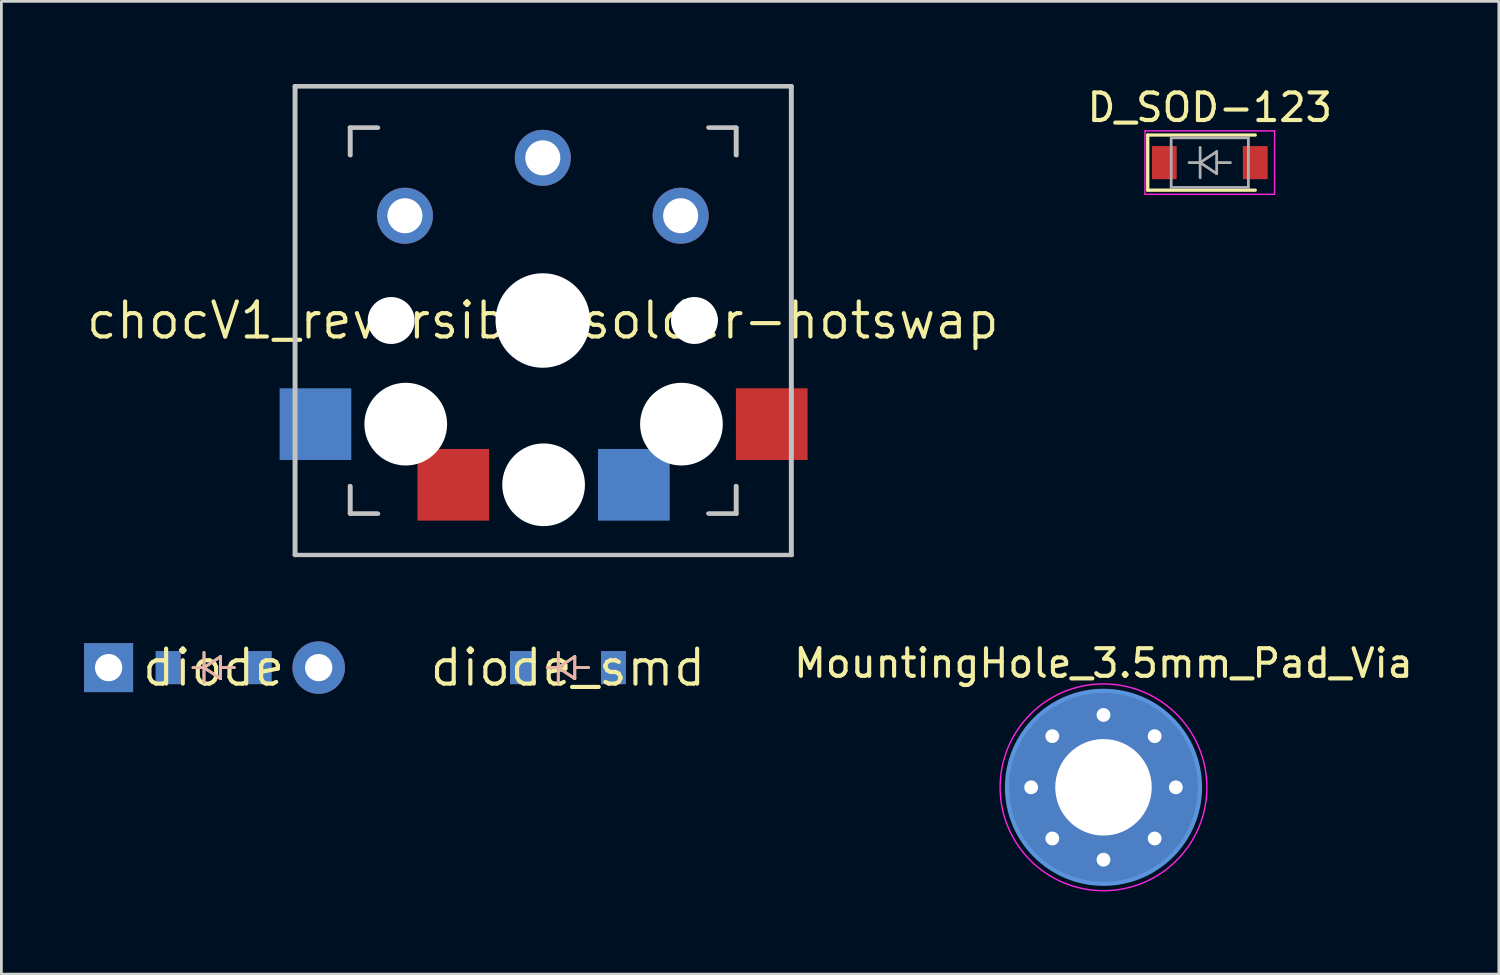
<source format=kicad_pcb>
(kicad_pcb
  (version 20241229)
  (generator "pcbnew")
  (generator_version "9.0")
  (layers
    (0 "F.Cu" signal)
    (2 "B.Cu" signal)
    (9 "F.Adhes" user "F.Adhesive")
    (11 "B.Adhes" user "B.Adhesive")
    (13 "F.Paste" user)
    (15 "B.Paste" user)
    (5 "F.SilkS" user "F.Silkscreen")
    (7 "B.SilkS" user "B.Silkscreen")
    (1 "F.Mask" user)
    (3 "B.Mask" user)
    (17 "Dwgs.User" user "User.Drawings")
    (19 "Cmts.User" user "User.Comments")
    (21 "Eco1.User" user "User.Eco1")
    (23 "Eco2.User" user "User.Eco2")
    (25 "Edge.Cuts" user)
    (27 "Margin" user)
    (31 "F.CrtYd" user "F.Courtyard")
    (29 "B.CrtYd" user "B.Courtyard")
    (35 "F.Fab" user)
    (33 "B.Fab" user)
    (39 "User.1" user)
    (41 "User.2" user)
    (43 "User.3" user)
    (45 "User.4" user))
  (footprint "MountingHole_3.5mm_Pad_Via"
    (layer "F.Cu")
    (at 36.975 25.507)
    (property "Reference" "MountingHole_3.5mm_Pad_Via" (at 0 -4.5 0) (layer "F.SilkS") (effects (font (size 1 1) (thickness 0.15))))
    (attr exclude_from_pos_files exclude_from_bom)
    (fp_circle (center 0 0) (end 3.5 0) (stroke (width 0.15) (type solid)) (fill no) (layer "Cmts.User"))
    (fp_circle (center 0 0) (end 3.75 0) (stroke (width 0.05) (type solid)) (fill no) (layer "F.CrtYd"))
    (pad "1" thru_hole circle (at -2.625 0) (size 0.8 0.8) (drill 0.5) (layers "*.Cu" "*.Mask"))
    (pad "1" thru_hole circle (at -1.856 -1.856) (size 0.8 0.8) (drill 0.5) (layers "*.Cu" "*.Mask"))
    (pad "1" thru_hole circle (at -1.856 1.856) (size 0.8 0.8) (drill 0.5) (layers "*.Cu" "*.Mask"))
    (pad "1" thru_hole circle (at 0 -2.625) (size 0.8 0.8) (drill 0.5) (layers "*.Cu" "*.Mask"))
    (pad "1" thru_hole circle (at 0 0) (size 7 7) (drill 3.5) (layers "*.Cu" "*.Mask"))
    (pad "1" thru_hole circle (at 0 2.625) (size 0.8 0.8) (drill 0.5) (layers "*.Cu" "*.Mask"))
    (pad "1" thru_hole circle (at 1.856 -1.856) (size 0.8 0.8) (drill 0.5) (layers "*.Cu" "*.Mask"))
    (pad "1" thru_hole circle (at 1.856 1.856) (size 0.8 0.8) (drill 0.5) (layers "*.Cu" "*.Mask"))
    (pad "1" thru_hole circle (at 2.625 0) (size 0.8 0.8) (drill 0.5) (layers "*.Cu" "*.Mask")))
  (footprint "D_SOD-123"
    (layer "F.Cu")
    (at 40.83 2.848)
    (property "Reference" "D_SOD-123" (at 0 -2 180) (layer "F.SilkS") (effects (font (size 1 1) (thickness 0.15))))
    (attr smd)
    (fp_line (start -2.25 -1) (end -2.25 1) (stroke (width 0.12) (type solid)) (layer "F.SilkS"))
    (fp_line (start -2.25 -1) (end 1.65 -1) (stroke (width 0.12) (type solid)) (layer "F.SilkS"))
    (fp_line (start -2.25 1) (end 1.65 1) (stroke (width 0.12) (type solid)) (layer "F.SilkS"))
    (fp_line (start -2.35 -1.15) (end -2.35 1.15) (stroke (width 0.05) (type solid)) (layer "F.CrtYd"))
    (fp_line (start -2.35 -1.15) (end 2.35 -1.15) (stroke (width 0.05) (type solid)) (layer "F.CrtYd"))
    (fp_line (start 2.35 -1.15) (end 2.35 1.15) (stroke (width 0.05) (type solid)) (layer "F.CrtYd"))
    (fp_line (start 2.35 1.15) (end -2.35 1.15) (stroke (width 0.05) (type solid)) (layer "F.CrtYd"))
    (fp_line (start -1.4 -0.9) (end 1.4 -0.9) (stroke (width 0.1) (type solid)) (layer "F.Fab"))
    (fp_line (start -1.4 0.9) (end -1.4 -0.9) (stroke (width 0.1) (type solid)) (layer "F.Fab"))
    (fp_line (start -0.75 0) (end -0.35 0) (stroke (width 0.1) (type solid)) (layer "F.Fab"))
    (fp_line (start -0.35 0) (end -0.35 -0.55) (stroke (width 0.1) (type solid)) (layer "F.Fab"))
    (fp_line (start -0.35 0) (end -0.35 0.55) (stroke (width 0.1) (type solid)) (layer "F.Fab"))
    (fp_line (start -0.35 0) (end 0.25 -0.4) (stroke (width 0.1) (type solid)) (layer "F.Fab"))
    (fp_line (start 0.25 -0.4) (end 0.25 0.4) (stroke (width 0.1) (type solid)) (layer "F.Fab"))
    (fp_line (start 0.25 0) (end 0.75 0) (stroke (width 0.1) (type solid)) (layer "F.Fab"))
    (fp_line (start 0.25 0.4) (end -0.35 0) (stroke (width 0.1) (type solid)) (layer "F.Fab"))
    (fp_line (start 1.4 -0.9) (end 1.4 0.9) (stroke (width 0.1) (type solid)) (layer "F.Fab"))
    (fp_line (start 1.4 0.9) (end -1.4 0.9) (stroke (width 0.1) (type solid)) (layer "F.Fab"))
    (pad "1" smd rect (at -1.65 0) (size 0.9 1.2) (layers "F.Cu" "F.Mask" "F.Paste"))
    (pad "2" smd rect (at 1.65 0) (size 0.9 1.2) (layers "F.Cu" "F.Mask" "F.Paste")))
  (footprint "diode"
    (layer "F.Cu")
    (at 4.699 21.165)
    (property "Reference" "diode" (at 0 0 0) (layer "F.SilkS") (effects (font (size 1.27 1.27) (thickness 0.15))))
    (attr through_hole)
    (fp_line (start -0.75 0) (end -0.35 0) (stroke (width 0.1) (type solid)) (layer "F.SilkS"))
    (fp_line (start -0.35 0) (end -0.35 -0.55) (stroke (width 0.1) (type solid)) (layer "F.SilkS"))
    (fp_line (start -0.35 0) (end -0.35 0.55) (stroke (width 0.1) (type solid)) (layer "F.SilkS"))
    (fp_line (start -0.35 0) (end 0.25 -0.4) (stroke (width 0.1) (type solid)) (layer "F.SilkS"))
    (fp_line (start 0.25 -0.4) (end 0.25 0.4) (stroke (width 0.1) (type solid)) (layer "F.SilkS"))
    (fp_line (start 0.25 0) (end 0.75 0) (stroke (width 0.1) (type solid)) (layer "F.SilkS"))
    (fp_line (start 0.25 0.4) (end -0.35 0) (stroke (width 0.1) (type solid)) (layer "F.SilkS"))
    (fp_line (start -0.75 0) (end -0.35 0) (stroke (width 0.1) (type solid)) (layer "B.SilkS"))
    (fp_line (start -0.35 0) (end -0.35 -0.55) (stroke (width 0.1) (type solid)) (layer "B.SilkS"))
    (fp_line (start -0.35 0) (end -0.35 0.55) (stroke (width 0.1) (type solid)) (layer "B.SilkS"))
    (fp_line (start -0.35 0) (end 0.25 -0.4) (stroke (width 0.1) (type solid)) (layer "B.SilkS"))
    (fp_line (start 0.25 -0.4) (end 0.25 0.4) (stroke (width 0.1) (type solid)) (layer "B.SilkS"))
    (fp_line (start 0.25 0) (end 0.75 0) (stroke (width 0.1) (type solid)) (layer "B.SilkS"))
    (fp_line (start 0.25 0.4) (end -0.35 0) (stroke (width 0.1) (type solid)) (layer "B.SilkS"))
    (pad "1" thru_hole rect (at -3.81 0) (size 1.778 1.778) (drill 0.991) (layers "*.Cu" "*.Mask"))
    (pad "1" smd rect (at -1.65 0) (size 0.9 1.2) (layers "F.Cu" "F.Mask" "F.Paste"))
    (pad "1" smd rect (at -1.65 0) (size 0.9 1.2) (layers "B.Cu" "B.Mask" "B.Paste"))
    (pad "2" smd rect (at 1.65 0) (size 0.9 1.2) (layers "F.Cu" "F.Mask" "F.Paste"))
    (pad "2" smd rect (at 1.65 0) (size 0.9 1.2) (layers "B.Cu" "B.Mask" "B.Paste"))
    (pad "2" thru_hole circle (at 3.81 0) (size 1.905 1.905) (drill 0.991) (layers "*.Cu" "*.Mask")))
  (footprint "chocV1_reversible_solder-hotswap"
    (layer "F.Cu")
    (at 16.638 8.575)
    (property "Reference" "chocV1_reversible_solder-hotswap" (at 0 0 0) (layer "F.SilkS") (effects (font (size 1.27 1.27) (thickness 0.15))))
    (attr through_hole)
    (fp_line (start -9 -8.5) (end 9 -8.5) (stroke (width 0.15) (type solid)) (layer "Dwgs.User"))
    (fp_line (start -9 8.5) (end -9 -8.5) (stroke (width 0.15) (type solid)) (layer "Dwgs.User"))
    (fp_line (start -8.971 -8.491) (end 9.029 -8.491) (stroke (width 0.15) (type solid)) (layer "Dwgs.User"))
    (fp_line (start -8.971 8.509) (end -8.971 -8.491) (stroke (width 0.15) (type solid)) (layer "Dwgs.User"))
    (fp_line (start -7 -6) (end -7 -7) (stroke (width 0.15) (type solid)) (layer "Dwgs.User"))
    (fp_line (start -7 7) (end -7 6) (stroke (width 0.15) (type solid)) (layer "Dwgs.User"))
    (fp_line (start -7 7) (end -6 7) (stroke (width 0.15) (type solid)) (layer "Dwgs.User"))
    (fp_line (start -6.971 -5.991) (end -6.971 -6.991) (stroke (width 0.15) (type solid)) (layer "Dwgs.User"))
    (fp_line (start -6.971 7.009) (end -6.971 6.009) (stroke (width 0.15) (type solid)) (layer "Dwgs.User"))
    (fp_line (start -6.971 7.009) (end -5.971 7.009) (stroke (width 0.15) (type solid)) (layer "Dwgs.User"))
    (fp_line (start -6 -7) (end -7 -7) (stroke (width 0.15) (type solid)) (layer "Dwgs.User"))
    (fp_line (start -5.971 -6.991) (end -6.971 -6.991) (stroke (width 0.15) (type solid)) (layer "Dwgs.User"))
    (fp_line (start 6 7) (end 7 7) (stroke (width 0.15) (type solid)) (layer "Dwgs.User"))
    (fp_line (start 6.029 7.009) (end 7.029 7.009) (stroke (width 0.15) (type solid)) (layer "Dwgs.User"))
    (fp_line (start 7 -7) (end 6 -7) (stroke (width 0.15) (type solid)) (layer "Dwgs.User"))
    (fp_line (start 7 -7) (end 7 -6) (stroke (width 0.15) (type solid)) (layer "Dwgs.User"))
    (fp_line (start 7 6) (end 7 7) (stroke (width 0.15) (type solid)) (layer "Dwgs.User"))
    (fp_line (start 7.029 -6.991) (end 6.029 -6.991) (stroke (width 0.15) (type solid)) (layer "Dwgs.User"))
    (fp_line (start 7.029 -6.991) (end 7.029 -5.991) (stroke (width 0.15) (type solid)) (layer "Dwgs.User"))
    (fp_line (start 7.029 6.009) (end 7.029 7.009) (stroke (width 0.15) (type solid)) (layer "Dwgs.User"))
    (fp_line (start 9 -8.5) (end 9 8.5) (stroke (width 0.15) (type solid)) (layer "Dwgs.User"))
    (fp_line (start 9 8.5) (end -9 8.5) (stroke (width 0.15) (type solid)) (layer "Dwgs.User"))
    (fp_line (start 9.029 -8.491) (end 9.029 8.509) (stroke (width 0.15) (type solid)) (layer "Dwgs.User"))
    (fp_line (start 9.029 8.509) (end -8.971 8.509) (stroke (width 0.15) (type solid)) (layer "Dwgs.User"))
    (pad "" np_thru_hole circle (at -5.5 0) (size 1.702 1.702) (drill 1.702) (layers "*.Cu" "*.Mask"))
    (pad "" np_thru_hole circle (at -4.971 3.759) (size 3 3) (drill 3) (layers "*.Cu" "*.Mask"))
    (pad "" np_thru_hole circle (at 0 0) (size 3.429 3.429) (drill 3.429) (layers "*.Cu" "*.Mask"))
    (pad "" np_thru_hole circle (at 0.029 5.959) (size 3 3) (drill 3) (layers "*.Cu" "*.Mask"))
    (pad "" np_thru_hole circle (at 5.029 3.759) (size 3 3) (drill 3) (layers "*.Cu" "*.Mask"))
    (pad "" np_thru_hole circle (at 5.5 0) (size 1.702 1.702) (drill 1.702) (layers "*.Cu" "*.Mask"))
    (pad "1" thru_hole circle (at -5 -3.8) (size 2.032 2.032) (drill 1.27) (layers "*.Cu" "*.Mask"))
    (pad "1" smd rect (at -3.246 5.959 180) (size 2.6 2.6) (layers "F.Cu" "F.Mask" "F.Paste"))
    (pad "1" smd rect (at 3.304 5.959 180) (size 2.6 2.6) (layers "B.Cu" "B.Mask" "B.Paste"))
    (pad "1" thru_hole circle (at 5 -3.8) (size 2.032 2.032) (drill 1.27) (layers "*.Cu" "*.Mask"))
    (pad "2" smd rect (at -8.246 3.759 180) (size 2.6 2.6) (layers "B.Cu" "B.Mask" "B.Paste"))
    (pad "2" thru_hole circle (at 0 -5.9) (size 2.032 2.032) (drill 1.27) (layers "*.Cu" "*.Mask"))
    (pad "2" smd rect (at 8.304 3.759 180) (size 2.6 2.6) (layers "F.Cu" "F.Mask" "F.Paste")))
  (footprint "diode_smd"
    (layer "F.Cu")
    (at 17.549 21.165)
    (property "Reference" "diode_smd" (at 0 0 0) (layer "F.SilkS") (effects (font (size 1.27 1.27) (thickness 0.15))))
    (attr smd)
    (fp_line (start -0.75 0) (end -0.35 0) (stroke (width 0.1) (type solid)) (layer "F.SilkS"))
    (fp_line (start -0.35 0) (end -0.35 -0.55) (stroke (width 0.1) (type solid)) (layer "F.SilkS"))
    (fp_line (start -0.35 0) (end -0.35 0.55) (stroke (width 0.1) (type solid)) (layer "F.SilkS"))
    (fp_line (start -0.35 0) (end 0.25 -0.4) (stroke (width 0.1) (type solid)) (layer "F.SilkS"))
    (fp_line (start 0.25 -0.4) (end 0.25 0.4) (stroke (width 0.1) (type solid)) (layer "F.SilkS"))
    (fp_line (start 0.25 0) (end 0.75 0) (stroke (width 0.1) (type solid)) (layer "F.SilkS"))
    (fp_line (start 0.25 0.4) (end -0.35 0) (stroke (width 0.1) (type solid)) (layer "F.SilkS"))
    (fp_line (start -0.75 0) (end -0.35 0) (stroke (width 0.1) (type solid)) (layer "B.SilkS"))
    (fp_line (start -0.35 0) (end -0.35 -0.55) (stroke (width 0.1) (type solid)) (layer "B.SilkS"))
    (fp_line (start -0.35 0) (end -0.35 0.55) (stroke (width 0.1) (type solid)) (layer "B.SilkS"))
    (fp_line (start -0.35 0) (end 0.25 -0.4) (stroke (width 0.1) (type solid)) (layer "B.SilkS"))
    (fp_line (start 0.25 -0.4) (end 0.25 0.4) (stroke (width 0.1) (type solid)) (layer "B.SilkS"))
    (fp_line (start 0.25 0) (end 0.75 0) (stroke (width 0.1) (type solid)) (layer "B.SilkS"))
    (fp_line (start 0.25 0.4) (end -0.35 0) (stroke (width 0.1) (type solid)) (layer "B.SilkS"))
    (pad "1" smd rect (at -1.65 0) (size 0.9 1.2) (layers "F.Cu" "F.Mask" "F.Paste"))
    (pad "1" smd rect (at -1.65 0) (size 0.9 1.2) (layers "B.Cu" "B.Mask" "B.Paste"))
    (pad "2" smd rect (at 1.65 0) (size 0.9 1.2) (layers "F.Cu" "F.Mask" "F.Paste"))
    (pad "2" smd rect (at 1.65 0) (size 0.9 1.2) (layers "B.Cu" "B.Mask" "B.Paste")))
  (gr_rect
    (start -3 -3)
    (end 51.315 32.282)
    (stroke (width 0.1) (type default))
    (fill no)
    (layer "Edge.Cuts")))
</source>
